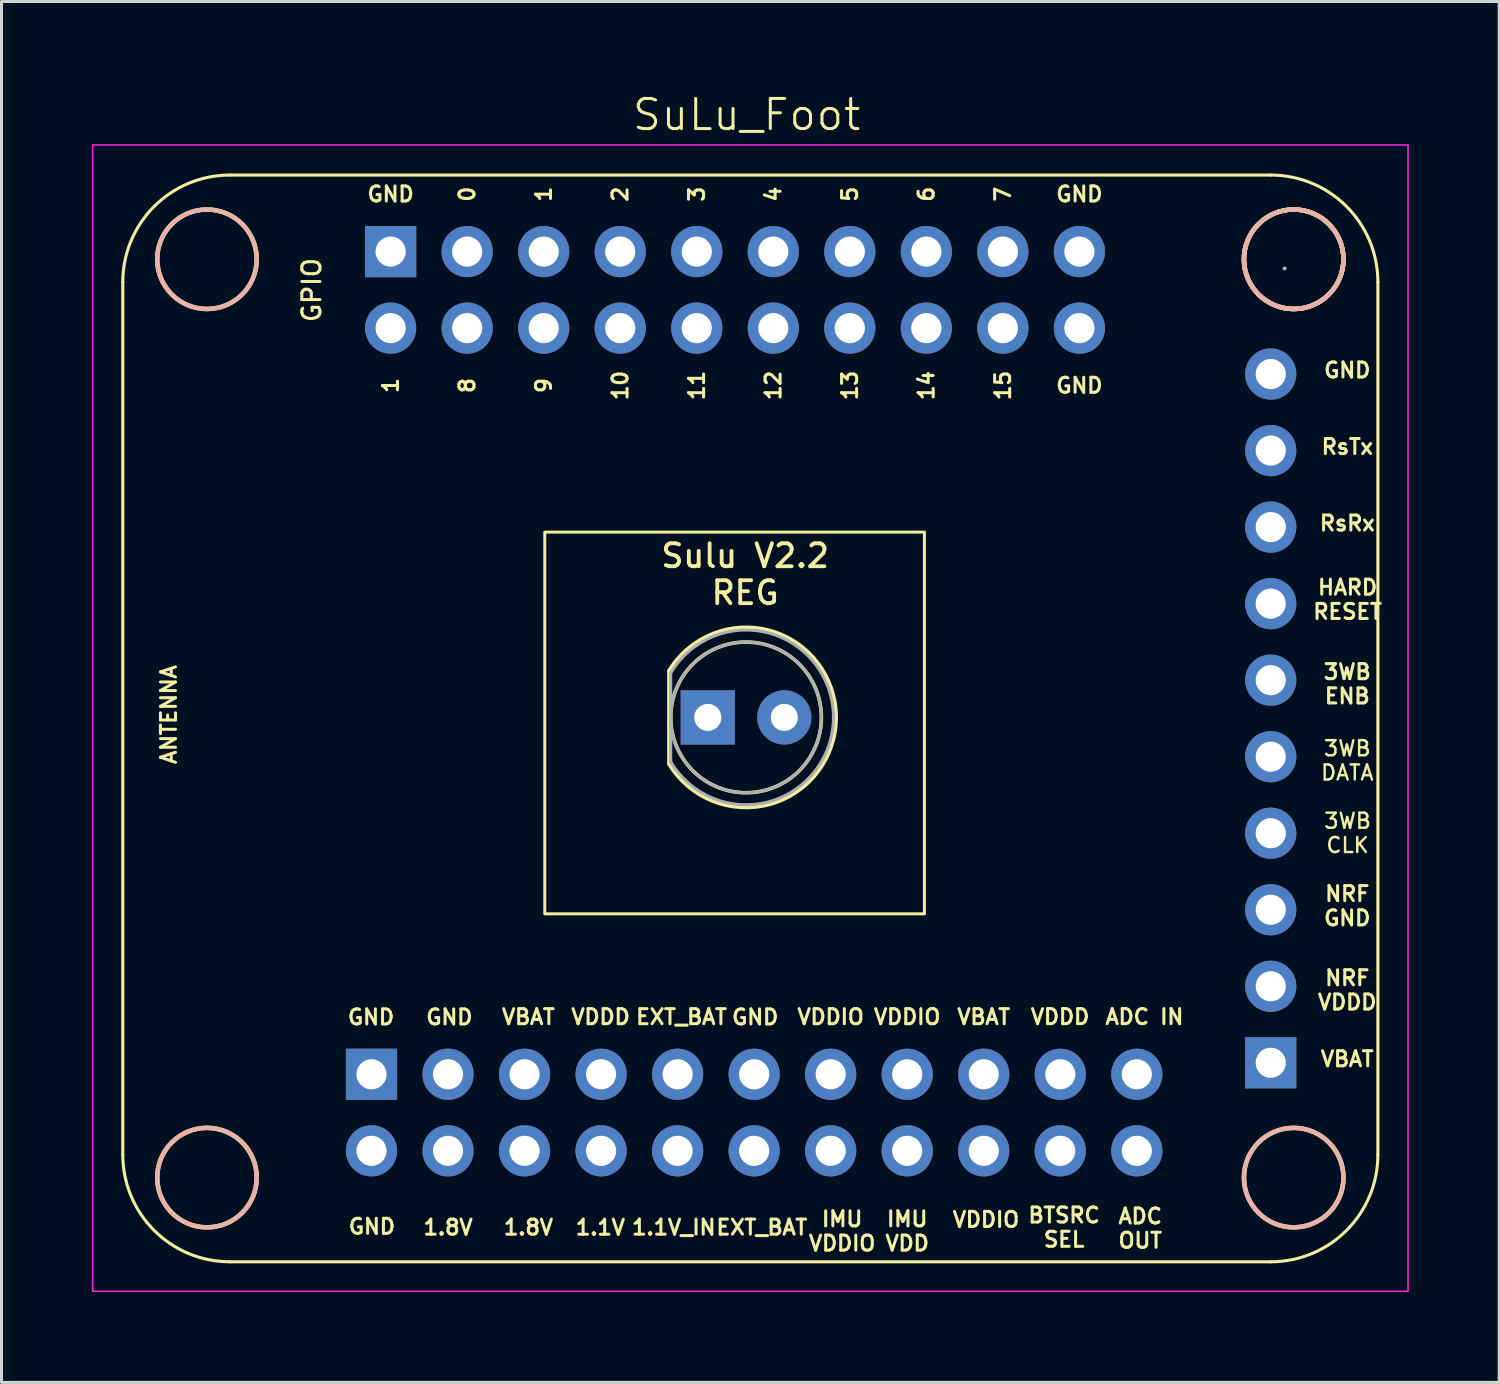
<source format=kicad_pcb>
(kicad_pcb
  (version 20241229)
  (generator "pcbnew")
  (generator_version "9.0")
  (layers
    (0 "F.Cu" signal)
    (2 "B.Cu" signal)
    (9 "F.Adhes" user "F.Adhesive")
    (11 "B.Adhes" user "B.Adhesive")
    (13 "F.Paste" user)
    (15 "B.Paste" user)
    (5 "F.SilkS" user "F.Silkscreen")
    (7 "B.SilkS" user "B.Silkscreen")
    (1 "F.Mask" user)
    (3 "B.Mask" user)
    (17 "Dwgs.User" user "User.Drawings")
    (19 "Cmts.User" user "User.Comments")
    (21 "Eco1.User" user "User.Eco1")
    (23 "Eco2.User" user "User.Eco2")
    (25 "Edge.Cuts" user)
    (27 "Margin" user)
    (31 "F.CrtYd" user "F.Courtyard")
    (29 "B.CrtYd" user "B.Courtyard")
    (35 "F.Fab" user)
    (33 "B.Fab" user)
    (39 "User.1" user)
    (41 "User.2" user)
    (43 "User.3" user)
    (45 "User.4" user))
  (footprint "SuLu_Foot"
    (layer "F.Cu")
    (at 21.681 20.86)
    (property "Reference" "SuLu_Foot" (at 0.05 -20.1 0) (unlocked yes) (layer "F.SilkS") (effects (font (size 1 1) (thickness 0.1))))
    (attr smd)
    (fp_line (start -20.656 14.412) (end -20.656 -14.544) (stroke (width 0.102) (type solid)) (layer "F.SilkS"))
    (fp_line (start -17.1 17.968) (end 17.444 17.968) (stroke (width 0.102) (type solid)) (layer "F.SilkS"))
    (fp_line (start -2.53 -1.645) (end -2.53 1.445) (stroke (width 0.12) (type solid)) (layer "F.SilkS"))
    (fp_line (start 17.444 -18.1) (end -17.1 -18.1) (stroke (width 0.102) (type solid)) (layer "F.SilkS"))
    (fp_line (start 21 14.412) (end 21 -14.544) (stroke (width 0.102) (type solid)) (layer "F.SilkS"))
    (fp_rect (start -6.65 6.42) (end 5.95 -6.25) (stroke (width 0.1) (type default)) (fill no) (layer "F.SilkS"))
    (fp_arc (start -20.656 -14.544) (mid -19.614472 -17.058472) (end -17.1 -18.1) (stroke (width 0.1016) (type solid)) (layer "F.SilkS"))
    (fp_arc (start -17.1 17.968) (mid -19.614472 16.926472) (end -20.656 14.412) (stroke (width 0.1016) (type solid)) (layer "F.SilkS"))
    (fp_arc (start -2.53 -1.64483) (mid 0.832002 -2.980433) (end 3.02 -0.099538) (stroke (width 0.12) (type solid)) (layer "F.SilkS"))
    (fp_arc (start 3.02 -0.100462) (mid 0.832002 2.780433) (end -2.53 1.44483) (stroke (width 0.12) (type solid)) (layer "F.SilkS"))
    (fp_arc (start 17.444 -18.1) (mid 19.958472 -17.058472) (end 21 -14.544) (stroke (width 0.1016) (type solid)) (layer "F.SilkS"))
    (fp_arc (start 21 14.412) (mid 19.958472 16.926472) (end 17.444 17.968) (stroke (width 0.1016) (type solid)) (layer "F.SilkS"))
    (fp_circle (center -17.862 -15.306) (end -17.862 -13.655) (stroke (width 0.15) (type solid)) (fill no) (layer "F.SilkS"))
    (fp_circle (center -17.862 15.174) (end -17.862 16.825) (stroke (width 0.15) (type solid)) (fill no) (layer "F.SilkS"))
    (fp_circle (center 0.03 -0.1) (end 2.53 -0.1) (stroke (width 0.12) (type solid)) (fill no) (layer "F.SilkS"))
    (fp_circle (center 18.206 -15.306) (end 18.206 -13.655) (stroke (width 0.15) (type solid)) (fill no) (layer "F.SilkS"))
    (fp_circle (center 18.206 -15.306) (end 18.206 -13.655) (stroke (width 0.15) (type solid)) (fill no) (layer "F.SilkS"))
    (fp_circle (center 18.206 15.174) (end 18.206 16.825) (stroke (width 0.15) (type solid)) (fill no) (layer "F.SilkS"))
    (fp_circle (center -17.862 -15.306) (end -17.862 -16.957) (stroke (width 0.15) (type solid)) (fill no) (layer "B.SilkS"))
    (fp_circle (center -17.862 15.174) (end -17.862 13.523) (stroke (width 0.15) (type solid)) (fill no) (layer "B.SilkS"))
    (fp_circle (center 18.206 -15.306) (end 18.206 -16.957) (stroke (width 0.15) (type solid)) (fill no) (layer "B.SilkS"))
    (fp_circle (center 18.206 -15.306) (end 18.206 -16.957) (stroke (width 0.15) (type solid)) (fill no) (layer "B.SilkS"))
    (fp_circle (center 18.206 15.174) (end 18.206 13.523) (stroke (width 0.15) (type solid)) (fill no) (layer "B.SilkS"))
    (fp_rect (start -21.656 -19.1) (end 22 18.946) (stroke (width 0.05) (type default)) (fill no) (layer "F.CrtYd"))
    (fp_line (start -2.47 -1.57) (end -2.47 1.37) (stroke (width 0.1) (type solid)) (layer "F.Fab"))
    (fp_line (start 17.9 -15) (end 17.91 -15) (stroke (width 0.127) (type solid)) (layer "F.Fab"))
    (fp_arc (start -2.47 -1.569694) (mid 2.93 -0.099984) (end -2.470016 1.369666) (stroke (width 0.1) (type solid)) (layer "F.Fab"))
    (fp_circle (center 0.03 -0.1) (end 2.53 -0.1) (stroke (width 0.1) (type solid)) (fill no) (layer "F.Fab"))
    (fp_text user "VBAT" (at 7.919 9.84 0) (unlocked yes) (layer "F.SilkS") (effects (font (size 0.5 0.5) (thickness 0.1))))
    (fp_text user "GND" (at 11.094 -11.115 0) (unlocked yes) (layer "F.SilkS") (effects (font (size 0.5 0.5) (thickness 0.1))))
    (fp_text user "VDDIO" (at 5.379 9.84 0) (unlocked yes) (layer "F.SilkS") (effects (font (size 0.5 0.5) (thickness 0.1))))
    (fp_text user "NRF\nGND" (at 19.984 6.157 0) (unlocked yes) (layer "F.SilkS") (effects (font (size 0.5 0.5) (thickness 0.1))))
    (fp_text user "1" (at -6.686 -17.465 90) (unlocked yes) (layer "F.SilkS") (effects (font (size 0.5 0.5) (thickness 0.1))))
    (fp_text user "13" (at 3.474 -11.115 90) (unlocked yes) (layer "F.SilkS") (effects (font (size 0.5 0.5) (thickness 0.1))))
    (fp_text user "11" (at -1.606 -11.115 90) (unlocked yes) (layer "F.SilkS") (effects (font (size 0.5 0.5) (thickness 0.1))))
    (fp_text user "4" (at 0.934 -17.465 90) (unlocked yes) (layer "F.SilkS") (effects (font (size 0.5 0.5) (thickness 0.1))))
    (fp_text user "6" (at 6.014 -17.465 90) (unlocked yes) (layer "F.SilkS") (effects (font (size 0.5 0.5) (thickness 0.1))))
    (fp_text user "3WB\nCLK" (at 19.994 3.738 0) (unlocked yes) (layer "F.SilkS") (effects (font (size 0.5 0.5) (thickness 0.08))))
    (fp_text user "0" (at -9.226 -17.465 90) (unlocked yes) (layer "F.SilkS") (effects (font (size 0.5 0.5) (thickness 0.1))))
    (fp_text user "VDDIO" (at 2.839 9.84 0) (unlocked yes) (layer "F.SilkS") (effects (font (size 0.5 0.5) (thickness 0.1))))
    (fp_text user "8" (at -9.226 -11.115 90) (unlocked yes) (layer "F.SilkS") (effects (font (size 0.5 0.5) (thickness 0.1))))
    (fp_text user "1" (at -11.766 -11.115 90) (unlocked yes) (layer "F.SilkS") (effects (font (size 0.5 0.5) (thickness 0.1))))
    (fp_text user "VDDD" (at 10.454 9.838 0) (unlocked yes) (layer "F.SilkS") (effects (font (size 0.5 0.5) (thickness 0.1))))
    (fp_text user "3WB\nDATA" (at 19.984 1.331 0) (unlocked yes) (layer "F.SilkS") (effects (font (size 0.5 0.5) (thickness 0.08))))
    (fp_text user "VBAT" (at 19.984 11.237 0) (unlocked yes) (layer "F.SilkS") (effects (font (size 0.5 0.5) (thickness 0.1))))
    (fp_text user "GND" (at 0.334 9.848 0) (unlocked yes) (layer "F.SilkS") (effects (font (size 0.5 0.5) (thickness 0.1))))
    (fp_text user "VDDIO" (at 7.994 16.568 0) (unlocked yes) (layer "F.SilkS") (effects (font (size 0.5 0.5) (thickness 0.1))))
    (fp_text user "12" (at 0.934 -11.115 90) (unlocked yes) (layer "F.SilkS") (effects (font (size 0.5 0.5) (thickness 0.1))))
    (fp_text user "HARD\nRESET" (at 19.994 -4.012 0) (unlocked yes) (layer "F.SilkS") (effects (font (size 0.5 0.5) (thickness 0.1) (bold yes))))
    (fp_text user "VBAT" (at -7.194 9.84 0) (unlocked yes) (layer "F.SilkS") (effects (font (size 0.5 0.5) (thickness 0.1))))
    (fp_text user "GND" (at -9.816 9.848 0) (unlocked yes) (layer "F.SilkS") (effects (font (size 0.5 0.5) (thickness 0.1))))
    (fp_text user "GND" (at -12.386 16.798 0) (unlocked yes) (layer "F.SilkS") (effects (font (size 0.5 0.5) (thickness 0.1))))
    (fp_text user "1.8V" (at -7.194 16.825 0) (unlocked yes) (layer "F.SilkS") (effects (font (size 0.5 0.5) (thickness 0.1))))
    (fp_text user "GND" (at 11.094 -17.465 0) (unlocked yes) (layer "F.SilkS") (effects (font (size 0.5 0.5) (thickness 0.1))))
    (fp_text user "IMU\nVDD" (at 5.379 16.952 0) (unlocked yes) (layer "F.SilkS") (effects (font (size 0.5 0.5) (thickness 0.1))))
    (fp_text user "GPIO" (at -14.386 -14.282 90) (unlocked yes) (layer "F.SilkS") (effects (font (size 0.6 0.6) (thickness 0.1))))
    (fp_text user "BTSRC\nSEL" (at 10.586 16.825 0) (unlocked yes) (layer "F.SilkS") (effects (font (size 0.5 0.5) (thickness 0.1) (bold yes))))
    (fp_text user "EXT_BAT" (at -2.114 9.84 0) (unlocked yes) (layer "F.SilkS") (effects (font (size 0.5 0.5) (thickness 0.1))))
    (fp_text user "3WB\nENB" (at 19.984 -1.209 0) (unlocked yes) (layer "F.SilkS") (effects (font (size 0.5 0.5) (thickness 0.1))))
    (fp_text user "NRF\nVDDD" (at 19.984 8.951 0) (unlocked yes) (layer "F.SilkS") (effects (font (size 0.5 0.5) (thickness 0.1))))
    (fp_text user "RsTx" (at 19.984 -9.083 0) (unlocked yes) (layer "F.SilkS") (effects (font (size 0.5 0.5) (thickness 0.1))))
    (fp_text user "9" (at -6.686 -11.115 90) (unlocked yes) (layer "F.SilkS") (effects (font (size 0.5 0.5) (thickness 0.1))))
    (fp_text user "IMU\nVDDIO" (at 3.22 16.952 0) (unlocked yes) (layer "F.SilkS") (effects (font (size 0.5 0.5) (thickness 0.1))))
    (fp_text user "EXT_BAT" (at 0.553 16.825 0) (unlocked yes) (layer "F.SilkS") (effects (font (size 0.5 0.5) (thickness 0.1))))
    (fp_text user "1.8V" (at -9.861 16.825 0) (unlocked yes) (layer "F.SilkS") (effects (font (size 0.5 0.5) (thickness 0.1))))
    (fp_text user "ANTENNA" (at -19.132 -0.193 90) (unlocked yes) (layer "F.SilkS") (effects (font (size 0.5 0.5) (thickness 0.1))))
    (fp_text user "7" (at 8.554 -17.465 90) (unlocked yes) (layer "F.SilkS") (effects (font (size 0.5 0.5) (thickness 0.1))))
    (fp_text user "3" (at -1.606 -17.465 90) (unlocked yes) (layer "F.SilkS") (effects (font (size 0.5 0.5) (thickness 0.1))))
    (fp_text user "ADC IN" (at 13.254 9.838 0) (unlocked yes) (layer "F.SilkS") (effects (font (size 0.5 0.5) (thickness 0.1) (bold yes))))
    (fp_text user "1.1V_IN" (at -2.368 16.825 0) (unlocked yes) (layer "F.SilkS") (effects (font (size 0.5 0.5) (thickness 0.1))))
    (fp_text user "5" (at 3.474 -17.465 90) (unlocked yes) (layer "F.SilkS") (effects (font (size 0.5 0.5) (thickness 0.1))))
    (fp_text user "2" (at -4.146 -17.465 90) (unlocked yes) (layer "F.SilkS") (effects (font (size 0.5 0.5) (thickness 0.1))))
    (fp_text user "ADC\nOUT" (at 13.114 16.858 0) (unlocked yes) (layer "F.SilkS") (effects (font (size 0.5 0.5) (thickness 0.1) (bold yes))))
    (fp_text user "GND" (at -11.766 -17.465 0) (unlocked yes) (layer "F.SilkS") (effects (font (size 0.5 0.5) (thickness 0.1))))
    (fp_text user "GND" (at -12.416 9.848 0) (unlocked yes) (layer "F.SilkS") (effects (font (size 0.5 0.5) (thickness 0.1))))
    (fp_text user "GND" (at 19.984 -11.623 0) (unlocked yes) (layer "F.SilkS") (effects (font (size 0.5 0.5) (thickness 0.1))))
    (fp_text user "1.1V" (at -4.806 16.828 0) (unlocked yes) (layer "F.SilkS") (effects (font (size 0.5 0.5) (thickness 0.1))))
    (fp_text user "14" (at 6.014 -11.115 90) (unlocked yes) (layer "F.SilkS") (effects (font (size 0.5 0.5) (thickness 0.1))))
    (fp_text user "RsRx" (at 19.984 -6.543 0) (unlocked yes) (layer "F.SilkS") (effects (font (size 0.5 0.5) (thickness 0.1))))
    (fp_text user "10" (at -4.146 -11.115 90) (unlocked yes) (layer "F.SilkS") (effects (font (size 0.5 0.5) (thickness 0.1))))
    (fp_text user "VDDD" (at -4.796 9.84 0) (unlocked yes) (layer "F.SilkS") (effects (font (size 0.5 0.5) (thickness 0.1))))
    (fp_text user "Sulu V2.2\nREG" (at 0 -4.85 0) (unlocked yes) (layer "F.SilkS") (effects (font (size 0.762 0.762) (thickness 0.127))))
    (fp_text user "15" (at 8.554 -11.115 90) (unlocked yes) (layer "F.SilkS") (effects (font (size 0.5 0.5) (thickness 0.1))))
    (pad "1a" thru_hole rect (at -11.766 -15.56 270) (size 1.7 1.7) (drill 1) (layers "*.Cu" "*.Mask"))
    (pad "1b" thru_hole rect (at 17.444 11.364) (size 1.7 1.7) (drill 1) (layers "*.Cu" "*.Mask"))
    (pad "1c" thru_hole rect (at -12.401 11.745 270) (size 1.7 1.7) (drill 1) (layers "*.Cu" "*.Mask"))
    (pad "1e" thru_hole rect (at -1.24 -0.1) (size 1.8 1.8) (drill 0.9) (layers "*.Cu" "*.Mask"))
    (pad "2a" thru_hole oval (at -11.766 -13.02 270) (size 1.7 1.7) (drill 1) (layers "*.Cu" "*.Mask"))
    (pad "2b" thru_hole oval (at 17.444 8.824) (size 1.7 1.7) (drill 1) (layers "*.Cu" "*.Mask"))
    (pad "2c" thru_hole oval (at -12.401 14.285 270) (size 1.7 1.7) (drill 1) (layers "*.Cu" "*.Mask"))
    (pad "2e" thru_hole circle (at 1.3 -0.1) (size 1.8 1.8) (drill 0.9) (layers "*.Cu" "*.Mask"))
    (pad "3a" thru_hole oval (at -9.226 -15.56 270) (size 1.7 1.7) (drill 1) (layers "*.Cu" "*.Mask"))
    (pad "3b" thru_hole oval (at 17.444 6.284) (size 1.7 1.7) (drill 1) (layers "*.Cu" "*.Mask"))
    (pad "3c" thru_hole oval (at -9.861 11.745 270) (size 1.7 1.7) (drill 1) (layers "*.Cu" "*.Mask"))
    (pad "4a" thru_hole oval (at -9.226 -13.02 270) (size 1.7 1.7) (drill 1) (layers "*.Cu" "*.Mask"))
    (pad "4b" thru_hole oval (at 17.444 3.744) (size 1.7 1.7) (drill 1) (layers "*.Cu" "*.Mask"))
    (pad "4c" thru_hole oval (at -9.861 14.285 270) (size 1.7 1.7) (drill 1) (layers "*.Cu" "*.Mask"))
    (pad "5a" thru_hole oval (at -6.686 -15.56 270) (size 1.7 1.7) (drill 1) (layers "*.Cu" "*.Mask"))
    (pad "5b" thru_hole oval (at 17.444 1.204) (size 1.7 1.7) (drill 1) (layers "*.Cu" "*.Mask"))
    (pad "5c" thru_hole oval (at -7.321 11.745 270) (size 1.7 1.7) (drill 1) (layers "*.Cu" "*.Mask"))
    (pad "6a" thru_hole oval (at -6.686 -13.02 270) (size 1.7 1.7) (drill 1) (layers "*.Cu" "*.Mask"))
    (pad "6b" thru_hole oval (at 17.444 -1.336) (size 1.7 1.7) (drill 1) (layers "*.Cu" "*.Mask"))
    (pad "6c" thru_hole oval (at -7.321 14.285 270) (size 1.7 1.7) (drill 1) (layers "*.Cu" "*.Mask"))
    (pad "7a" thru_hole oval (at -4.146 -15.56 270) (size 1.7 1.7) (drill 1) (layers "*.Cu" "*.Mask"))
    (pad "7b" thru_hole oval (at 17.444 -3.876) (size 1.7 1.7) (drill 1) (layers "*.Cu" "*.Mask"))
    (pad "7c" thru_hole oval (at -4.781 11.745 270) (size 1.7 1.7) (drill 1) (layers "*.Cu" "*.Mask"))
    (pad "8a" thru_hole oval (at -4.146 -13.02 270) (size 1.7 1.7) (drill 1) (layers "*.Cu" "*.Mask"))
    (pad "8b" thru_hole oval (at 17.444 -6.416) (size 1.7 1.7) (drill 1) (layers "*.Cu" "*.Mask"))
    (pad "8c" thru_hole oval (at -4.781 14.285 270) (size 1.7 1.7) (drill 1) (layers "*.Cu" "*.Mask"))
    (pad "9a" thru_hole oval (at -1.606 -15.56 270) (size 1.7 1.7) (drill 1) (layers "*.Cu" "*.Mask"))
    (pad "9b" thru_hole oval (at 17.444 -8.956) (size 1.7 1.7) (drill 1) (layers "*.Cu" "*.Mask"))
    (pad "9c" thru_hole oval (at -2.241 11.745 270) (size 1.7 1.7) (drill 1) (layers "*.Cu" "*.Mask"))
    (pad "10a" thru_hole oval (at -1.606 -13.02 270) (size 1.7 1.7) (drill 1) (layers "*.Cu" "*.Mask"))
    (pad "10b" thru_hole oval (at 17.444 -11.496) (size 1.7 1.7) (drill 1) (layers "*.Cu" "*.Mask"))
    (pad "10c" thru_hole oval (at -2.241 14.285 270) (size 1.7 1.7) (drill 1) (layers "*.Cu" "*.Mask"))
    (pad "11a" thru_hole oval (at 0.934 -15.56 270) (size 1.7 1.7) (drill 1) (layers "*.Cu" "*.Mask"))
    (pad "11c" thru_hole oval (at 0.299 11.745 270) (size 1.7 1.7) (drill 1) (layers "*.Cu" "*.Mask"))
    (pad "12a" thru_hole oval (at 0.934 -13.02 270) (size 1.7 1.7) (drill 1) (layers "*.Cu" "*.Mask"))
    (pad "12c" thru_hole oval (at 0.299 14.285 270) (size 1.7 1.7) (drill 1) (layers "*.Cu" "*.Mask"))
    (pad "13a" thru_hole oval (at 3.474 -15.56 270) (size 1.7 1.7) (drill 1) (layers "*.Cu" "*.Mask"))
    (pad "13c" thru_hole oval (at 2.839 11.745 270) (size 1.7 1.7) (drill 1) (layers "*.Cu" "*.Mask"))
    (pad "14a" thru_hole oval (at 3.474 -13.02 270) (size 1.7 1.7) (drill 1) (layers "*.Cu" "*.Mask"))
    (pad "14c" thru_hole oval (at 2.839 14.285 270) (size 1.7 1.7) (drill 1) (layers "*.Cu" "*.Mask"))
    (pad "15a" thru_hole oval (at 6.014 -15.56 270) (size 1.7 1.7) (drill 1) (layers "*.Cu" "*.Mask"))
    (pad "15c" thru_hole oval (at 5.379 11.745 270) (size 1.7 1.7) (drill 1) (layers "*.Cu" "*.Mask"))
    (pad "16a" thru_hole oval (at 6.014 -13.02 270) (size 1.7 1.7) (drill 1) (layers "*.Cu" "*.Mask"))
    (pad "16c" thru_hole oval (at 5.379 14.285 270) (size 1.7 1.7) (drill 1) (layers "*.Cu" "*.Mask"))
    (pad "17a" thru_hole oval (at 8.554 -15.56 270) (size 1.7 1.7) (drill 1) (layers "*.Cu" "*.Mask"))
    (pad "17c" thru_hole oval (at 7.919 11.745 270) (size 1.7 1.7) (drill 1) (layers "*.Cu" "*.Mask"))
    (pad "18a" thru_hole oval (at 8.554 -13.02 270) (size 1.7 1.7) (drill 1) (layers "*.Cu" "*.Mask"))
    (pad "18c" thru_hole oval (at 7.919 14.285 270) (size 1.7 1.7) (drill 1) (layers "*.Cu" "*.Mask"))
    (pad "19a" thru_hole oval (at 11.094 -15.56 270) (size 1.7 1.7) (drill 1) (layers "*.Cu" "*.Mask"))
    (pad "19c" thru_hole oval (at 10.459 11.745 270) (size 1.7 1.7) (drill 1) (layers "*.Cu" "*.Mask"))
    (pad "20a" thru_hole oval (at 11.094 -13.02 270) (size 1.7 1.7) (drill 1) (layers "*.Cu" "*.Mask"))
    (pad "20c" thru_hole oval (at 10.459 14.285 270) (size 1.7 1.7) (drill 1) (layers "*.Cu" "*.Mask"))
    (pad "21c" thru_hole oval (at 12.999 11.745 270) (size 1.7 1.7) (drill 1) (layers "*.Cu" "*.Mask"))
    (pad "22c" thru_hole oval (at 12.999 14.285 270) (size 1.7 1.7) (drill 1) (layers "*.Cu" "*.Mask")))
  (gr_rect
    (start -3 -3)
    (end 46.706 42.831)
    (stroke (width 0.1) (type default))
    (fill no)
    (layer "Edge.Cuts")))
</source>
